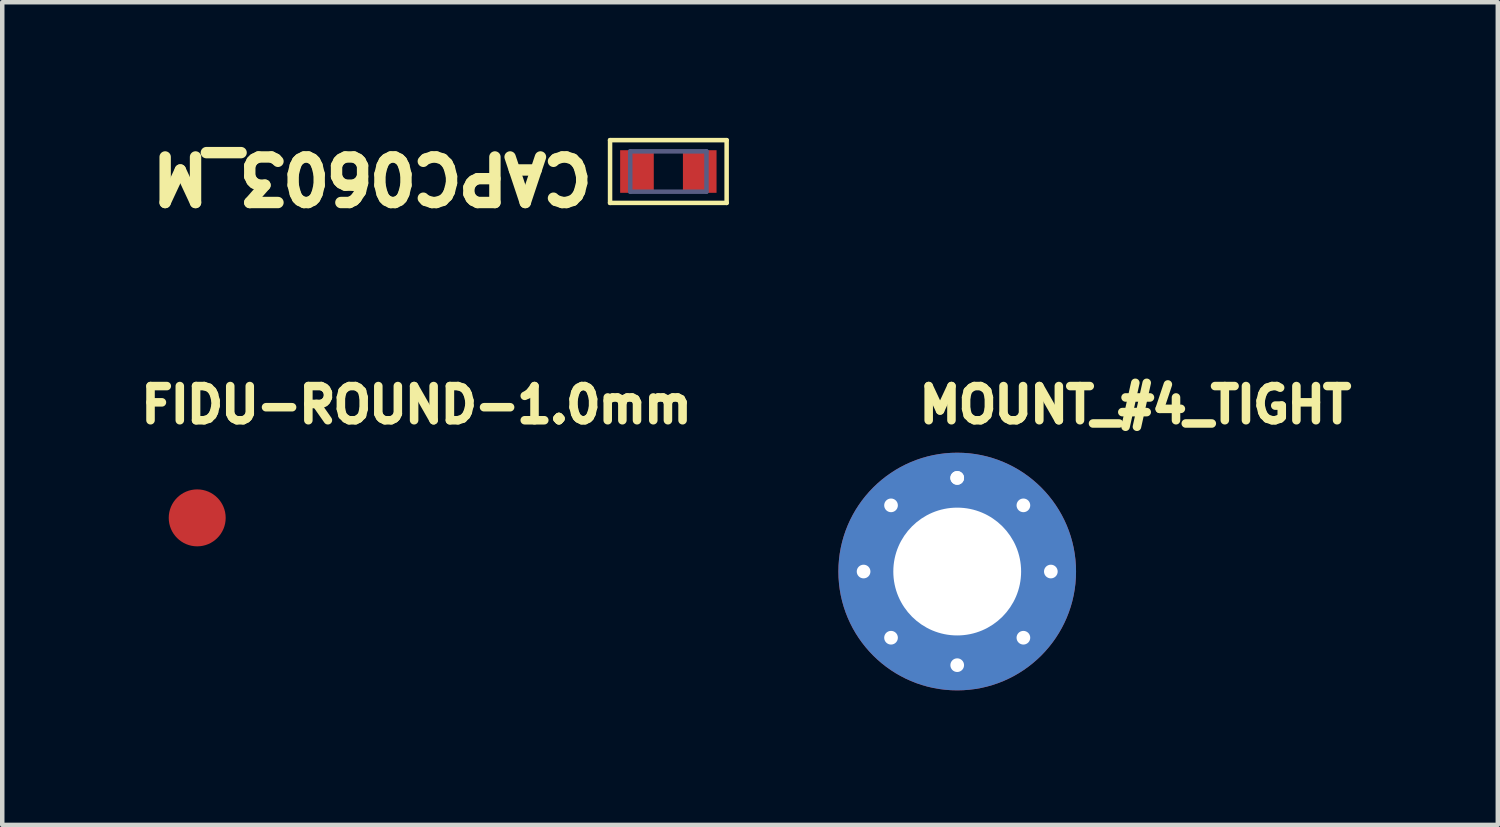
<source format=kicad_pcb>
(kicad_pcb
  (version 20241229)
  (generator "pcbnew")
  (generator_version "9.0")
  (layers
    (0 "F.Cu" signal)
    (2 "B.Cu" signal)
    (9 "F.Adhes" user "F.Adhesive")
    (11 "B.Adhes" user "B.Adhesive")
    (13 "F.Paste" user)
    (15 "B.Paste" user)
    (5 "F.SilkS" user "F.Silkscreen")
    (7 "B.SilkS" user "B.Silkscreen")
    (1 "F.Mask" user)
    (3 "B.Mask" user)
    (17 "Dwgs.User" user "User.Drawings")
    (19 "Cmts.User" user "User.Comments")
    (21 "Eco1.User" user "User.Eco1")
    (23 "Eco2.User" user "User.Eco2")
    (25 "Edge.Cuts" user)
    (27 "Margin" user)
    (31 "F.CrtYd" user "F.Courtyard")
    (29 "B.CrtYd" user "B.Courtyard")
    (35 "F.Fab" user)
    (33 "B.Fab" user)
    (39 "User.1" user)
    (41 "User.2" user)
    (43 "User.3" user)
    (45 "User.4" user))
  (footprint "MOUNT_#4_TIGHT"
    (layer "F.Cu")
    (at 18.297 9.696)
    (property "Reference" "MOUNT_#4_TIGHT" (at -0.943 -3.271 0) (unlocked yes) (layer "F.SilkS") (effects (font (size 0.762 0.762) (thickness 0.254)) (justify left bottom)))
    (pad "1" thru_hole circle (at -2.088 0 180) (size 0.356 0.356) (drill 0.305) (layers "*.Cu" "*.Mask"))
    (pad "1" thru_hole circle (at -1.476 -1.476 135) (size 0.356 0.356) (drill 0.305) (layers "*.Cu" "*.Mask"))
    (pad "1" thru_hole circle (at -1.476 1.476 225) (size 0.356 0.356) (drill 0.305) (layers "*.Cu" "*.Mask"))
    (pad "1" thru_hole circle (at 0 -2.088 90) (size 0.356 0.356) (drill 0.305) (layers "*.Cu" "*.Mask"))
    (pad "1" thru_hole circle (at 0 -2.088 90) (size 0.356 0.356) (drill 0.305) (layers "*.Cu" "*.Mask"))
    (pad "1" thru_hole circle (at 0 0) (size 5.3 5.3) (drill 2.85) (layers "*.Cu" "*.Mask"))
    (pad "1" thru_hole circle (at 0 2.088 270) (size 0.356 0.356) (drill 0.305) (layers "*.Cu" "*.Mask"))
    (pad "1" thru_hole circle (at 1.476 -1.476 45) (size 0.356 0.356) (drill 0.305) (layers "*.Cu" "*.Mask"))
    (pad "1" thru_hole circle (at 1.476 1.476 315) (size 0.356 0.356) (drill 0.305) (layers "*.Cu" "*.Mask"))
    (pad "1" thru_hole circle (at 2.088 0) (size 0.356 0.356) (drill 0.305) (layers "*.Cu" "*.Mask")))
  (footprint "FIDU-ROUND-1.0mm"
    (layer "F.Cu")
    (at 1.348 8.499)
    (property "Reference" "FIDU-ROUND-1.0mm" (at -1.348 -2.074 0) (unlocked yes) (layer "F.SilkS") (effects (font (size 0.762 0.762) (thickness 0.254)) (justify left bottom)))
    (pad "M1" smd circle (at 0 0 270) (size 1.27 1.27) (layers "F.Cu" "F.Mask" "F.Paste")))
  (footprint "CAPC0603_M"
    (layer "F.Cu")
    (at 11.855 0.775)
    (property "Reference" "CAPC0603_M" (at -1.572 -0.462 180) (unlocked yes) (layer "F.SilkS") (effects (font (size 1.016 1.016) (thickness 0.254)) (justify left bottom)))
    (fp_line (start -1.3 -0.7) (end -1.3 0.7) (stroke (width 0.1) (type solid)) (layer "F.SilkS"))
    (fp_line (start -1.3 -0.7) (end 1.3 -0.7) (stroke (width 0.1) (type solid)) (layer "F.SilkS"))
    (fp_line (start -1.3 0.7) (end 1.3 0.7) (stroke (width 0.1) (type solid)) (layer "F.SilkS"))
    (fp_line (start 1.3 -0.7) (end 1.3 0.7) (stroke (width 0.1) (type solid)) (layer "F.SilkS"))
    (fp_line (start -1.35 -0.75) (end -1.35 0.75) (stroke (width 0.05) (type solid)) (layer "Eco1.User"))
    (fp_line (start -1.35 -0.75) (end 1.35 -0.75) (stroke (width 0.05) (type solid)) (layer "Eco1.User"))
    (fp_line (start -1.35 0.75) (end 1.35 0.75) (stroke (width 0.05) (type solid)) (layer "Eco1.User"))
    (fp_line (start -0.45 0) (end 0.45 0) (stroke (width 0.1) (type solid)) (layer "Eco1.User"))
    (fp_line (start 0 -0.45) (end 0 0.45) (stroke (width 0.1) (type solid)) (layer "Eco1.User"))
    (fp_line (start 1.35 -0.75) (end 1.35 0.75) (stroke (width 0.05) (type solid)) (layer "Eco1.User"))
    (fp_line (start -0.85 -0.45) (end -0.85 0.45) (stroke (width 0.1) (type solid)) (layer "B.Fab"))
    (fp_line (start -0.85 -0.45) (end 0.85 -0.45) (stroke (width 0.1) (type solid)) (layer "B.Fab"))
    (fp_line (start -0.85 0.45) (end 0.85 0.45) (stroke (width 0.1) (type solid)) (layer "B.Fab"))
    (fp_line (start 0.85 -0.45) (end 0.85 0.45) (stroke (width 0.1) (type solid)) (layer "B.Fab"))
    (pad "1" smd rect (at -0.7 0 90) (size 0.95 0.75) (layers "F.Cu" "F.Mask" "F.Paste"))
    (pad "2" smd rect (at 0.7 0 90) (size 0.95 0.75) (layers "F.Cu" "F.Mask" "F.Paste")))
  (gr_rect
    (start -3 -3)
    (end 30.353 15.346)
    (stroke (width 0.1) (type default))
    (fill no)
    (layer "Edge.Cuts")))
</source>
